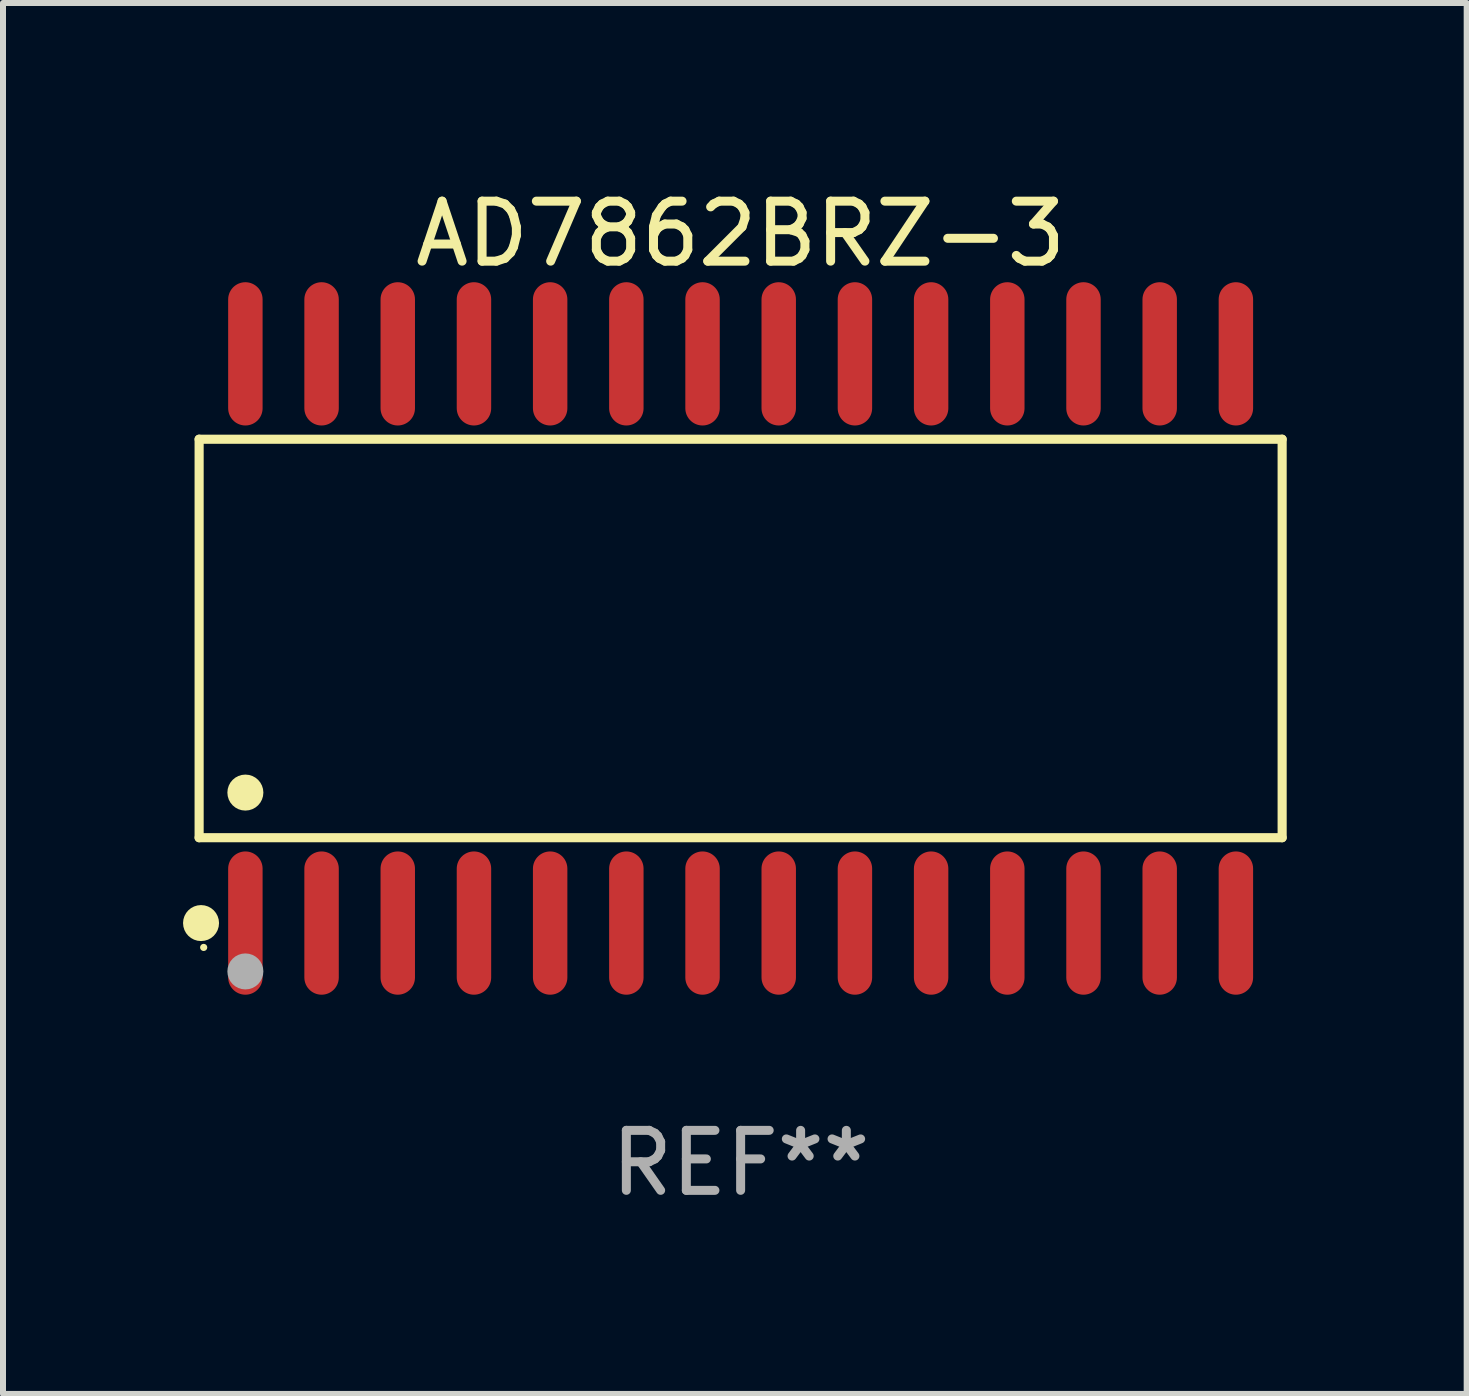
<source format=kicad_pcb>
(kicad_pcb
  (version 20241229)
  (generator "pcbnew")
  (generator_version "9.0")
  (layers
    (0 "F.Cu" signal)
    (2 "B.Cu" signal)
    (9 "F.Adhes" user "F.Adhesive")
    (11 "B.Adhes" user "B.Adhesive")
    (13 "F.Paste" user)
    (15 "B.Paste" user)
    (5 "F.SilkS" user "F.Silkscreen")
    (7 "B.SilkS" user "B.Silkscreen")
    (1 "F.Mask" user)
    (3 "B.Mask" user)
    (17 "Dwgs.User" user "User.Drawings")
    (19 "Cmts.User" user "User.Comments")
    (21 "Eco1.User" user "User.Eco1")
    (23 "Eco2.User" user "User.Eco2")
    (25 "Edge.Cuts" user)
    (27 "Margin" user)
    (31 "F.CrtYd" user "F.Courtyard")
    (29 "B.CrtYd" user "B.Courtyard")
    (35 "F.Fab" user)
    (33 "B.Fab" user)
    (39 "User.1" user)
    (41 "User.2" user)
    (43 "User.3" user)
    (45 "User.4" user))
  (footprint "AD7862BRZ-3"
    (layer "F.Cu")
    (at 9.295 7.592)
    (property "Reference" "AD7862BRZ-3" (at 0 -6.744 0) (layer "F.SilkS") (effects (font (size 1 1) (thickness 0.15))))
    (attr through_hole)
    (fp_line (start -9.026 -3.321) (end 9.026 -3.321) (stroke (width 0.152) (type solid)) (layer "F.SilkS"))
    (fp_line (start -9.026 3.321) (end -9.026 -3.321) (stroke (width 0.152) (type solid)) (layer "F.SilkS"))
    (fp_line (start 9.026 -3.321) (end 9.026 3.321) (stroke (width 0.152) (type solid)) (layer "F.SilkS"))
    (fp_line (start 9.026 3.321) (end -9.026 3.321) (stroke (width 0.152) (type solid)) (layer "F.SilkS"))
    (fp_circle (center -8.994 4.744) (end -8.844 4.744) (stroke (width 0.3) (type solid)) (fill no) (layer "F.SilkS"))
    (fp_circle (center -8.95 5.15) (end -8.92 5.15) (stroke (width 0.06) (type solid)) (fill no) (layer "F.SilkS"))
    (fp_circle (center -8.255 2.569) (end -8.105 2.569) (stroke (width 0.3) (type solid)) (fill no) (layer "F.SilkS"))
    (fp_circle (center -8.255 5.55) (end -8.105 5.55) (stroke (width 0.3) (type solid)) (fill no) (layer "F.Fab"))
    (fp_text user "REF**" (at 0 8.744 0) (layer "F.Fab") (effects (font (size 1 1) (thickness 0.15))))
    (pad "1" smd oval (at -8.255 4.744) (size 0.574 2.388) (layers "F.Cu" "F.Mask" "F.Paste"))
    (pad "2" smd oval (at -6.985 4.744) (size 0.574 2.388) (layers "F.Cu" "F.Mask" "F.Paste"))
    (pad "3" smd oval (at -5.715 4.744) (size 0.574 2.388) (layers "F.Cu" "F.Mask" "F.Paste"))
    (pad "4" smd oval (at -4.445 4.744) (size 0.574 2.388) (layers "F.Cu" "F.Mask" "F.Paste"))
    (pad "5" smd oval (at -3.175 4.744) (size 0.574 2.388) (layers "F.Cu" "F.Mask" "F.Paste"))
    (pad "6" smd oval (at -1.905 4.744) (size 0.574 2.388) (layers "F.Cu" "F.Mask" "F.Paste"))
    (pad "7" smd oval (at -0.635 4.744) (size 0.574 2.388) (layers "F.Cu" "F.Mask" "F.Paste"))
    (pad "8" smd oval (at 0.635 4.744) (size 0.574 2.388) (layers "F.Cu" "F.Mask" "F.Paste"))
    (pad "9" smd oval (at 1.905 4.744) (size 0.574 2.388) (layers "F.Cu" "F.Mask" "F.Paste"))
    (pad "10" smd oval (at 3.175 4.744) (size 0.574 2.388) (layers "F.Cu" "F.Mask" "F.Paste"))
    (pad "11" smd oval (at 4.445 4.744) (size 0.574 2.388) (layers "F.Cu" "F.Mask" "F.Paste"))
    (pad "12" smd oval (at 5.715 4.744) (size 0.574 2.388) (layers "F.Cu" "F.Mask" "F.Paste"))
    (pad "13" smd oval (at 6.985 4.744) (size 0.574 2.388) (layers "F.Cu" "F.Mask" "F.Paste"))
    (pad "14" smd oval (at 8.255 4.744) (size 0.574 2.388) (layers "F.Cu" "F.Mask" "F.Paste"))
    (pad "15" smd oval (at 8.255 -4.744) (size 0.574 2.388) (layers "F.Cu" "F.Mask" "F.Paste"))
    (pad "16" smd oval (at 6.985 -4.744) (size 0.574 2.388) (layers "F.Cu" "F.Mask" "F.Paste"))
    (pad "17" smd oval (at 5.715 -4.744) (size 0.574 2.388) (layers "F.Cu" "F.Mask" "F.Paste"))
    (pad "18" smd oval (at 4.445 -4.744) (size 0.574 2.388) (layers "F.Cu" "F.Mask" "F.Paste"))
    (pad "19" smd oval (at 3.175 -4.744) (size 0.574 2.388) (layers "F.Cu" "F.Mask" "F.Paste"))
    (pad "20" smd oval (at 1.905 -4.744) (size 0.574 2.388) (layers "F.Cu" "F.Mask" "F.Paste"))
    (pad "21" smd oval (at 0.635 -4.744) (size 0.574 2.388) (layers "F.Cu" "F.Mask" "F.Paste"))
    (pad "22" smd oval (at -0.635 -4.744) (size 0.574 2.388) (layers "F.Cu" "F.Mask" "F.Paste"))
    (pad "23" smd oval (at -1.905 -4.744) (size 0.574 2.388) (layers "F.Cu" "F.Mask" "F.Paste"))
    (pad "24" smd oval (at -3.175 -4.744) (size 0.574 2.388) (layers "F.Cu" "F.Mask" "F.Paste"))
    (pad "25" smd oval (at -4.445 -4.744) (size 0.574 2.388) (layers "F.Cu" "F.Mask" "F.Paste"))
    (pad "26" smd oval (at -5.715 -4.744) (size 0.574 2.388) (layers "F.Cu" "F.Mask" "F.Paste"))
    (pad "27" smd oval (at -6.985 -4.744) (size 0.574 2.388) (layers "F.Cu" "F.Mask" "F.Paste"))
    (pad "28" smd oval (at -8.255 -4.744) (size 0.574 2.388) (layers "F.Cu" "F.Mask" "F.Paste")))
  (gr_rect
    (start -3 -3)
    (end 21.397 20.184)
    (stroke (width 0.1) (type default))
    (fill no)
    (layer "Edge.Cuts")))
</source>
